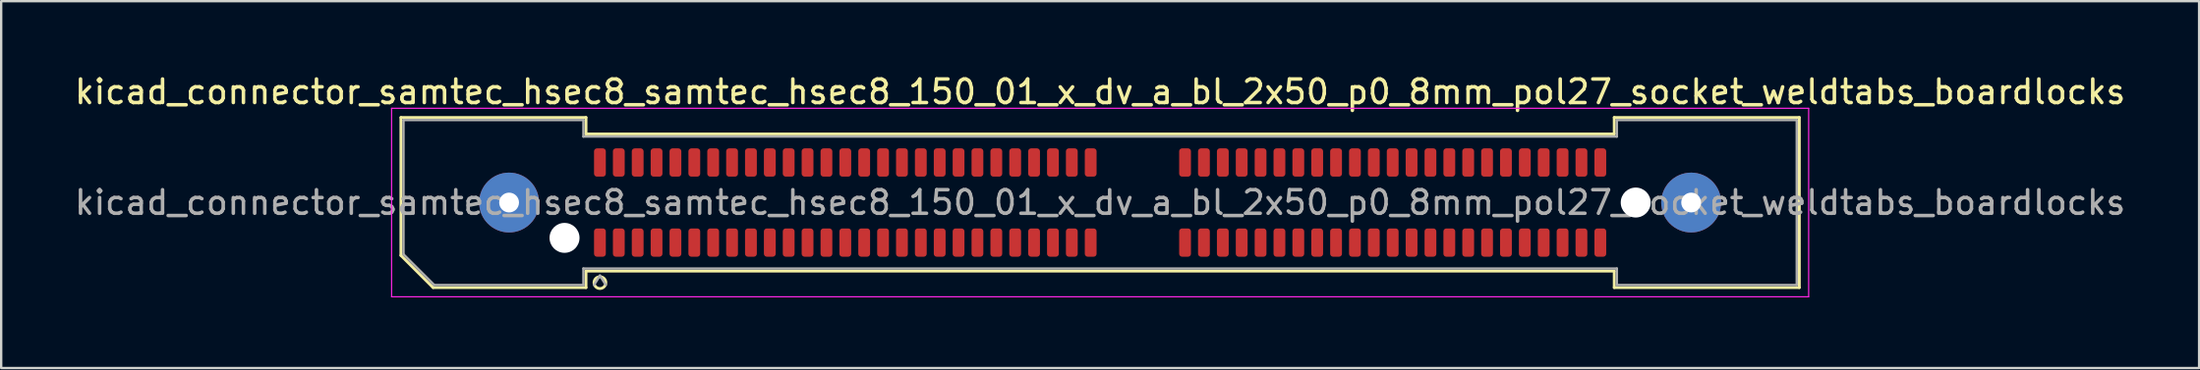
<source format=kicad_pcb>
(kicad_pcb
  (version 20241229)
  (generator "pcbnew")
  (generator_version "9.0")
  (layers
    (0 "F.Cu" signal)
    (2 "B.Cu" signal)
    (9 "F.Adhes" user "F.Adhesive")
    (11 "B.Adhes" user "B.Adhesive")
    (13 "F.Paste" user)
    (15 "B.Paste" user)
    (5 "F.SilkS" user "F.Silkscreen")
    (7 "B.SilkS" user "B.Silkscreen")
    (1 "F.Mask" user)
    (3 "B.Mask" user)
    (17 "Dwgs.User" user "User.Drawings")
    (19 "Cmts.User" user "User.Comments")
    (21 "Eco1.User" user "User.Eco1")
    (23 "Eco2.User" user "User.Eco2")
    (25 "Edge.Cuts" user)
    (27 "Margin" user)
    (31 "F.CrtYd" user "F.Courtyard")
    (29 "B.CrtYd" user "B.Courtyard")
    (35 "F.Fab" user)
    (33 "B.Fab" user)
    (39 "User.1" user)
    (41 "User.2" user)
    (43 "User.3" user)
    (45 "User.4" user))
  (footprint "kicad_connector_samtec_hsec8_samtec_hsec8_150_01_x_dv_a_bl_2x50_p0_8mm_pol27_socket_weldtabs_boardlocks"
    (layer "F.Cu")
    (at 43.577 5.548)
    (property "Reference" "kicad_connector_samtec_hsec8_samtec_hsec8_150_01_x_dv_a_bl_2x50_p0_8mm_pol27_socket_weldtabs_boardlocks" (at 0 -4.7 0) (layer "F.SilkS") (effects (font (size 1 1) (thickness 0.15))))
    (attr smd)
    (fp_line (start -29.635 -3.61) (end -21.79 -3.61) (stroke (width 0.12) (type solid)) (layer "F.SilkS"))
    (fp_line (start -29.635 2.246) (end -29.635 -3.61) (stroke (width 0.12) (type solid)) (layer "F.SilkS"))
    (fp_line (start -28.271 3.61) (end -29.635 2.246) (stroke (width 0.12) (type solid)) (layer "F.SilkS"))
    (fp_line (start -21.79 -3.61) (end -21.79 -2.91) (stroke (width 0.12) (type solid)) (layer "F.SilkS"))
    (fp_line (start -21.79 -2.91) (end 21.79 -2.91) (stroke (width 0.12) (type solid)) (layer "F.SilkS"))
    (fp_line (start -21.79 2.91) (end -21.79 3.61) (stroke (width 0.12) (type solid)) (layer "F.SilkS"))
    (fp_line (start -21.79 3.61) (end -28.271 3.61) (stroke (width 0.12) (type solid)) (layer "F.SilkS"))
    (fp_line (start 21.79 -3.61) (end 29.635 -3.61) (stroke (width 0.12) (type solid)) (layer "F.SilkS"))
    (fp_line (start 21.79 -2.91) (end 21.79 -3.61) (stroke (width 0.12) (type solid)) (layer "F.SilkS"))
    (fp_line (start 21.79 2.91) (end -21.79 2.91) (stroke (width 0.12) (type solid)) (layer "F.SilkS"))
    (fp_line (start 21.79 3.61) (end 21.79 2.91) (stroke (width 0.12) (type solid)) (layer "F.SilkS"))
    (fp_line (start 29.635 -3.61) (end 29.635 3.61) (stroke (width 0.12) (type solid)) (layer "F.SilkS"))
    (fp_line (start 29.635 3.61) (end 21.79 3.61) (stroke (width 0.12) (type solid)) (layer "F.SilkS"))
    (fp_circle (center -21.2 3.4) (end -20.95 3.4) (stroke (width 0.12) (type solid)) (fill no) (layer "F.SilkS"))
    (fp_line (start -30.03 -4) (end -30.03 4) (stroke (width 0.05) (type solid)) (layer "F.CrtYd"))
    (fp_line (start -30.03 4) (end 30.03 4) (stroke (width 0.05) (type solid)) (layer "F.CrtYd"))
    (fp_line (start 30.03 -4) (end -30.03 -4) (stroke (width 0.05) (type solid)) (layer "F.CrtYd"))
    (fp_line (start 30.03 4) (end 30.03 -4) (stroke (width 0.05) (type solid)) (layer "F.CrtYd"))
    (fp_line (start -29.525 -3.5) (end -21.9 -3.5) (stroke (width 0.1) (type solid)) (layer "F.Fab"))
    (fp_line (start -29.525 2.2) (end -29.525 -3.5) (stroke (width 0.1) (type solid)) (layer "F.Fab"))
    (fp_line (start -28.225 3.5) (end -29.525 2.2) (stroke (width 0.1) (type solid)) (layer "F.Fab"))
    (fp_line (start -21.9 -3.5) (end -21.9 -2.8) (stroke (width 0.1) (type solid)) (layer "F.Fab"))
    (fp_line (start -21.9 -2.8) (end 21.9 -2.8) (stroke (width 0.1) (type solid)) (layer "F.Fab"))
    (fp_line (start -21.9 2.8) (end -21.9 3.5) (stroke (width 0.1) (type solid)) (layer "F.Fab"))
    (fp_line (start -21.9 3.5) (end -28.225 3.5) (stroke (width 0.1) (type solid)) (layer "F.Fab"))
    (fp_line (start -21.2 3.1) (end -21.45 3.5) (stroke (width 0.1) (type solid)) (layer "F.Fab"))
    (fp_line (start -21.2 3.1) (end -20.95 3.5) (stroke (width 0.1) (type solid)) (layer "F.Fab"))
    (fp_line (start 21.9 -3.5) (end 29.525 -3.5) (stroke (width 0.1) (type solid)) (layer "F.Fab"))
    (fp_line (start 21.9 -2.8) (end 21.9 -3.5) (stroke (width 0.1) (type solid)) (layer "F.Fab"))
    (fp_line (start 21.9 2.8) (end -21.9 2.8) (stroke (width 0.1) (type solid)) (layer "F.Fab"))
    (fp_line (start 21.9 3.5) (end 21.9 2.8) (stroke (width 0.1) (type solid)) (layer "F.Fab"))
    (fp_line (start 29.525 -3.5) (end 29.525 3.5) (stroke (width 0.1) (type solid)) (layer "F.Fab"))
    (fp_line (start 29.525 3.5) (end 21.9 3.5) (stroke (width 0.1) (type solid)) (layer "F.Fab"))
    (fp_text user "${REFERENCE}" (at 0 0 0) (layer "F.Fab") (effects (font (size 1 1) (thickness 0.15))))
    (pad "" thru_hole circle (at -25.05 0) (size 2.54 2.54) (drill 0.84) (layers "*.Cu" "*.Mask" "F.Paste"))
    (pad "" np_thru_hole circle (at -22.7 1.5) (size 1.27 1.27) (drill 1.27) (layers "*.Cu" "*.Mask"))
    (pad "" np_thru_hole circle (at 22.7 0) (size 1.27 1.27) (drill 1.27) (layers "*.Cu" "*.Mask"))
    (pad "" thru_hole circle (at 25.05 0) (size 2.54 2.54) (drill 0.84) (layers "*.Cu" "*.Mask" "F.Paste"))
    (pad "1" smd roundrect (at -21.2 1.7) (size 0.5 1.2) (layers "F.Cu" "F.Mask" "F.Paste") (roundrect_rratio 0.25))
    (pad "2" smd roundrect (at -21.2 -1.7) (size 0.5 1.2) (layers "F.Cu" "F.Mask" "F.Paste") (roundrect_rratio 0.25))
    (pad "3" smd roundrect (at -20.4 1.7) (size 0.5 1.2) (layers "F.Cu" "F.Mask" "F.Paste") (roundrect_rratio 0.25))
    (pad "4" smd roundrect (at -20.4 -1.7) (size 0.5 1.2) (layers "F.Cu" "F.Mask" "F.Paste") (roundrect_rratio 0.25))
    (pad "5" smd roundrect (at -19.6 1.7) (size 0.5 1.2) (layers "F.Cu" "F.Mask" "F.Paste") (roundrect_rratio 0.25))
    (pad "6" smd roundrect (at -19.6 -1.7) (size 0.5 1.2) (layers "F.Cu" "F.Mask" "F.Paste") (roundrect_rratio 0.25))
    (pad "7" smd roundrect (at -18.8 1.7) (size 0.5 1.2) (layers "F.Cu" "F.Mask" "F.Paste") (roundrect_rratio 0.25))
    (pad "8" smd roundrect (at -18.8 -1.7) (size 0.5 1.2) (layers "F.Cu" "F.Mask" "F.Paste") (roundrect_rratio 0.25))
    (pad "9" smd roundrect (at -18 1.7) (size 0.5 1.2) (layers "F.Cu" "F.Mask" "F.Paste") (roundrect_rratio 0.25))
    (pad "10" smd roundrect (at -18 -1.7) (size 0.5 1.2) (layers "F.Cu" "F.Mask" "F.Paste") (roundrect_rratio 0.25))
    (pad "11" smd roundrect (at -17.2 1.7) (size 0.5 1.2) (layers "F.Cu" "F.Mask" "F.Paste") (roundrect_rratio 0.25))
    (pad "12" smd roundrect (at -17.2 -1.7) (size 0.5 1.2) (layers "F.Cu" "F.Mask" "F.Paste") (roundrect_rratio 0.25))
    (pad "13" smd roundrect (at -16.4 1.7) (size 0.5 1.2) (layers "F.Cu" "F.Mask" "F.Paste") (roundrect_rratio 0.25))
    (pad "14" smd roundrect (at -16.4 -1.7) (size 0.5 1.2) (layers "F.Cu" "F.Mask" "F.Paste") (roundrect_rratio 0.25))
    (pad "15" smd roundrect (at -15.6 1.7) (size 0.5 1.2) (layers "F.Cu" "F.Mask" "F.Paste") (roundrect_rratio 0.25))
    (pad "16" smd roundrect (at -15.6 -1.7) (size 0.5 1.2) (layers "F.Cu" "F.Mask" "F.Paste") (roundrect_rratio 0.25))
    (pad "17" smd roundrect (at -14.8 1.7) (size 0.5 1.2) (layers "F.Cu" "F.Mask" "F.Paste") (roundrect_rratio 0.25))
    (pad "18" smd roundrect (at -14.8 -1.7) (size 0.5 1.2) (layers "F.Cu" "F.Mask" "F.Paste") (roundrect_rratio 0.25))
    (pad "19" smd roundrect (at -14 1.7) (size 0.5 1.2) (layers "F.Cu" "F.Mask" "F.Paste") (roundrect_rratio 0.25))
    (pad "20" smd roundrect (at -14 -1.7) (size 0.5 1.2) (layers "F.Cu" "F.Mask" "F.Paste") (roundrect_rratio 0.25))
    (pad "21" smd roundrect (at -13.2 1.7) (size 0.5 1.2) (layers "F.Cu" "F.Mask" "F.Paste") (roundrect_rratio 0.25))
    (pad "22" smd roundrect (at -13.2 -1.7) (size 0.5 1.2) (layers "F.Cu" "F.Mask" "F.Paste") (roundrect_rratio 0.25))
    (pad "23" smd roundrect (at -12.4 1.7) (size 0.5 1.2) (layers "F.Cu" "F.Mask" "F.Paste") (roundrect_rratio 0.25))
    (pad "24" smd roundrect (at -12.4 -1.7) (size 0.5 1.2) (layers "F.Cu" "F.Mask" "F.Paste") (roundrect_rratio 0.25))
    (pad "25" smd roundrect (at -11.6 1.7) (size 0.5 1.2) (layers "F.Cu" "F.Mask" "F.Paste") (roundrect_rratio 0.25))
    (pad "26" smd roundrect (at -11.6 -1.7) (size 0.5 1.2) (layers "F.Cu" "F.Mask" "F.Paste") (roundrect_rratio 0.25))
    (pad "27" smd roundrect (at -10.8 1.7) (size 0.5 1.2) (layers "F.Cu" "F.Mask" "F.Paste") (roundrect_rratio 0.25))
    (pad "28" smd roundrect (at -10.8 -1.7) (size 0.5 1.2) (layers "F.Cu" "F.Mask" "F.Paste") (roundrect_rratio 0.25))
    (pad "29" smd roundrect (at -10 1.7) (size 0.5 1.2) (layers "F.Cu" "F.Mask" "F.Paste") (roundrect_rratio 0.25))
    (pad "30" smd roundrect (at -10 -1.7) (size 0.5 1.2) (layers "F.Cu" "F.Mask" "F.Paste") (roundrect_rratio 0.25))
    (pad "31" smd roundrect (at -9.2 1.7) (size 0.5 1.2) (layers "F.Cu" "F.Mask" "F.Paste") (roundrect_rratio 0.25))
    (pad "32" smd roundrect (at -9.2 -1.7) (size 0.5 1.2) (layers "F.Cu" "F.Mask" "F.Paste") (roundrect_rratio 0.25))
    (pad "33" smd roundrect (at -8.4 1.7) (size 0.5 1.2) (layers "F.Cu" "F.Mask" "F.Paste") (roundrect_rratio 0.25))
    (pad "34" smd roundrect (at -8.4 -1.7) (size 0.5 1.2) (layers "F.Cu" "F.Mask" "F.Paste") (roundrect_rratio 0.25))
    (pad "35" smd roundrect (at -7.6 1.7) (size 0.5 1.2) (layers "F.Cu" "F.Mask" "F.Paste") (roundrect_rratio 0.25))
    (pad "36" smd roundrect (at -7.6 -1.7) (size 0.5 1.2) (layers "F.Cu" "F.Mask" "F.Paste") (roundrect_rratio 0.25))
    (pad "37" smd roundrect (at -6.8 1.7) (size 0.5 1.2) (layers "F.Cu" "F.Mask" "F.Paste") (roundrect_rratio 0.25))
    (pad "38" smd roundrect (at -6.8 -1.7) (size 0.5 1.2) (layers "F.Cu" "F.Mask" "F.Paste") (roundrect_rratio 0.25))
    (pad "39" smd roundrect (at -6 1.7) (size 0.5 1.2) (layers "F.Cu" "F.Mask" "F.Paste") (roundrect_rratio 0.25))
    (pad "40" smd roundrect (at -6 -1.7) (size 0.5 1.2) (layers "F.Cu" "F.Mask" "F.Paste") (roundrect_rratio 0.25))
    (pad "41" smd roundrect (at -5.2 1.7) (size 0.5 1.2) (layers "F.Cu" "F.Mask" "F.Paste") (roundrect_rratio 0.25))
    (pad "42" smd roundrect (at -5.2 -1.7) (size 0.5 1.2) (layers "F.Cu" "F.Mask" "F.Paste") (roundrect_rratio 0.25))
    (pad "43" smd roundrect (at -4.4 1.7) (size 0.5 1.2) (layers "F.Cu" "F.Mask" "F.Paste") (roundrect_rratio 0.25))
    (pad "44" smd roundrect (at -4.4 -1.7) (size 0.5 1.2) (layers "F.Cu" "F.Mask" "F.Paste") (roundrect_rratio 0.25))
    (pad "45" smd roundrect (at -3.6 1.7) (size 0.5 1.2) (layers "F.Cu" "F.Mask" "F.Paste") (roundrect_rratio 0.25))
    (pad "46" smd roundrect (at -3.6 -1.7) (size 0.5 1.2) (layers "F.Cu" "F.Mask" "F.Paste") (roundrect_rratio 0.25))
    (pad "47" smd roundrect (at -2.8 1.7) (size 0.5 1.2) (layers "F.Cu" "F.Mask" "F.Paste") (roundrect_rratio 0.25))
    (pad "48" smd roundrect (at -2.8 -1.7) (size 0.5 1.2) (layers "F.Cu" "F.Mask" "F.Paste") (roundrect_rratio 0.25))
    (pad "49" smd roundrect (at -2 1.7) (size 0.5 1.2) (layers "F.Cu" "F.Mask" "F.Paste") (roundrect_rratio 0.25))
    (pad "50" smd roundrect (at -2 -1.7) (size 0.5 1.2) (layers "F.Cu" "F.Mask" "F.Paste") (roundrect_rratio 0.25))
    (pad "51" smd roundrect (at -1.2 1.7) (size 0.5 1.2) (layers "F.Cu" "F.Mask" "F.Paste") (roundrect_rratio 0.25))
    (pad "52" smd roundrect (at -1.2 -1.7) (size 0.5 1.2) (layers "F.Cu" "F.Mask" "F.Paste") (roundrect_rratio 0.25))
    (pad "53" smd roundrect (at -0.4 1.7) (size 0.5 1.2) (layers "F.Cu" "F.Mask" "F.Paste") (roundrect_rratio 0.25))
    (pad "54" smd roundrect (at -0.4 -1.7) (size 0.5 1.2) (layers "F.Cu" "F.Mask" "F.Paste") (roundrect_rratio 0.25))
    (pad "55" smd roundrect (at 3.6 1.7) (size 0.5 1.2) (layers "F.Cu" "F.Mask" "F.Paste") (roundrect_rratio 0.25))
    (pad "56" smd roundrect (at 3.6 -1.7) (size 0.5 1.2) (layers "F.Cu" "F.Mask" "F.Paste") (roundrect_rratio 0.25))
    (pad "57" smd roundrect (at 4.4 1.7) (size 0.5 1.2) (layers "F.Cu" "F.Mask" "F.Paste") (roundrect_rratio 0.25))
    (pad "58" smd roundrect (at 4.4 -1.7) (size 0.5 1.2) (layers "F.Cu" "F.Mask" "F.Paste") (roundrect_rratio 0.25))
    (pad "59" smd roundrect (at 5.2 1.7) (size 0.5 1.2) (layers "F.Cu" "F.Mask" "F.Paste") (roundrect_rratio 0.25))
    (pad "60" smd roundrect (at 5.2 -1.7) (size 0.5 1.2) (layers "F.Cu" "F.Mask" "F.Paste") (roundrect_rratio 0.25))
    (pad "61" smd roundrect (at 6 1.7) (size 0.5 1.2) (layers "F.Cu" "F.Mask" "F.Paste") (roundrect_rratio 0.25))
    (pad "62" smd roundrect (at 6 -1.7) (size 0.5 1.2) (layers "F.Cu" "F.Mask" "F.Paste") (roundrect_rratio 0.25))
    (pad "63" smd roundrect (at 6.8 1.7) (size 0.5 1.2) (layers "F.Cu" "F.Mask" "F.Paste") (roundrect_rratio 0.25))
    (pad "64" smd roundrect (at 6.8 -1.7) (size 0.5 1.2) (layers "F.Cu" "F.Mask" "F.Paste") (roundrect_rratio 0.25))
    (pad "65" smd roundrect (at 7.6 1.7) (size 0.5 1.2) (layers "F.Cu" "F.Mask" "F.Paste") (roundrect_rratio 0.25))
    (pad "66" smd roundrect (at 7.6 -1.7) (size 0.5 1.2) (layers "F.Cu" "F.Mask" "F.Paste") (roundrect_rratio 0.25))
    (pad "67" smd roundrect (at 8.4 1.7) (size 0.5 1.2) (layers "F.Cu" "F.Mask" "F.Paste") (roundrect_rratio 0.25))
    (pad "68" smd roundrect (at 8.4 -1.7) (size 0.5 1.2) (layers "F.Cu" "F.Mask" "F.Paste") (roundrect_rratio 0.25))
    (pad "69" smd roundrect (at 9.2 1.7) (size 0.5 1.2) (layers "F.Cu" "F.Mask" "F.Paste") (roundrect_rratio 0.25))
    (pad "70" smd roundrect (at 9.2 -1.7) (size 0.5 1.2) (layers "F.Cu" "F.Mask" "F.Paste") (roundrect_rratio 0.25))
    (pad "71" smd roundrect (at 10 1.7) (size 0.5 1.2) (layers "F.Cu" "F.Mask" "F.Paste") (roundrect_rratio 0.25))
    (pad "72" smd roundrect (at 10 -1.7) (size 0.5 1.2) (layers "F.Cu" "F.Mask" "F.Paste") (roundrect_rratio 0.25))
    (pad "73" smd roundrect (at 10.8 1.7) (size 0.5 1.2) (layers "F.Cu" "F.Mask" "F.Paste") (roundrect_rratio 0.25))
    (pad "74" smd roundrect (at 10.8 -1.7) (size 0.5 1.2) (layers "F.Cu" "F.Mask" "F.Paste") (roundrect_rratio 0.25))
    (pad "75" smd roundrect (at 11.6 1.7) (size 0.5 1.2) (layers "F.Cu" "F.Mask" "F.Paste") (roundrect_rratio 0.25))
    (pad "76" smd roundrect (at 11.6 -1.7) (size 0.5 1.2) (layers "F.Cu" "F.Mask" "F.Paste") (roundrect_rratio 0.25))
    (pad "77" smd roundrect (at 12.4 1.7) (size 0.5 1.2) (layers "F.Cu" "F.Mask" "F.Paste") (roundrect_rratio 0.25))
    (pad "78" smd roundrect (at 12.4 -1.7) (size 0.5 1.2) (layers "F.Cu" "F.Mask" "F.Paste") (roundrect_rratio 0.25))
    (pad "79" smd roundrect (at 13.2 1.7) (size 0.5 1.2) (layers "F.Cu" "F.Mask" "F.Paste") (roundrect_rratio 0.25))
    (pad "80" smd roundrect (at 13.2 -1.7) (size 0.5 1.2) (layers "F.Cu" "F.Mask" "F.Paste") (roundrect_rratio 0.25))
    (pad "81" smd roundrect (at 14 1.7) (size 0.5 1.2) (layers "F.Cu" "F.Mask" "F.Paste") (roundrect_rratio 0.25))
    (pad "82" smd roundrect (at 14 -1.7) (size 0.5 1.2) (layers "F.Cu" "F.Mask" "F.Paste") (roundrect_rratio 0.25))
    (pad "83" smd roundrect (at 14.8 1.7) (size 0.5 1.2) (layers "F.Cu" "F.Mask" "F.Paste") (roundrect_rratio 0.25))
    (pad "84" smd roundrect (at 14.8 -1.7) (size 0.5 1.2) (layers "F.Cu" "F.Mask" "F.Paste") (roundrect_rratio 0.25))
    (pad "85" smd roundrect (at 15.6 1.7) (size 0.5 1.2) (layers "F.Cu" "F.Mask" "F.Paste") (roundrect_rratio 0.25))
    (pad "86" smd roundrect (at 15.6 -1.7) (size 0.5 1.2) (layers "F.Cu" "F.Mask" "F.Paste") (roundrect_rratio 0.25))
    (pad "87" smd roundrect (at 16.4 1.7) (size 0.5 1.2) (layers "F.Cu" "F.Mask" "F.Paste") (roundrect_rratio 0.25))
    (pad "88" smd roundrect (at 16.4 -1.7) (size 0.5 1.2) (layers "F.Cu" "F.Mask" "F.Paste") (roundrect_rratio 0.25))
    (pad "89" smd roundrect (at 17.2 1.7) (size 0.5 1.2) (layers "F.Cu" "F.Mask" "F.Paste") (roundrect_rratio 0.25))
    (pad "90" smd roundrect (at 17.2 -1.7) (size 0.5 1.2) (layers "F.Cu" "F.Mask" "F.Paste") (roundrect_rratio 0.25))
    (pad "91" smd roundrect (at 18 1.7) (size 0.5 1.2) (layers "F.Cu" "F.Mask" "F.Paste") (roundrect_rratio 0.25))
    (pad "92" smd roundrect (at 18 -1.7) (size 0.5 1.2) (layers "F.Cu" "F.Mask" "F.Paste") (roundrect_rratio 0.25))
    (pad "93" smd roundrect (at 18.8 1.7) (size 0.5 1.2) (layers "F.Cu" "F.Mask" "F.Paste") (roundrect_rratio 0.25))
    (pad "94" smd roundrect (at 18.8 -1.7) (size 0.5 1.2) (layers "F.Cu" "F.Mask" "F.Paste") (roundrect_rratio 0.25))
    (pad "95" smd roundrect (at 19.6 1.7) (size 0.5 1.2) (layers "F.Cu" "F.Mask" "F.Paste") (roundrect_rratio 0.25))
    (pad "96" smd roundrect (at 19.6 -1.7) (size 0.5 1.2) (layers "F.Cu" "F.Mask" "F.Paste") (roundrect_rratio 0.25))
    (pad "97" smd roundrect (at 20.4 1.7) (size 0.5 1.2) (layers "F.Cu" "F.Mask" "F.Paste") (roundrect_rratio 0.25))
    (pad "98" smd roundrect (at 20.4 -1.7) (size 0.5 1.2) (layers "F.Cu" "F.Mask" "F.Paste") (roundrect_rratio 0.25))
    (pad "99" smd roundrect (at 21.2 1.7) (size 0.5 1.2) (layers "F.Cu" "F.Mask" "F.Paste") (roundrect_rratio 0.25))
    (pad "100" smd roundrect (at 21.2 -1.7) (size 0.5 1.2) (layers "F.Cu" "F.Mask" "F.Paste") (roundrect_rratio 0.25)))
  (gr_rect
    (start -3 -3)
    (end 90.155 12.573)
    (stroke (width 0.1) (type default))
    (fill no)
    (layer "Edge.Cuts")))
</source>
